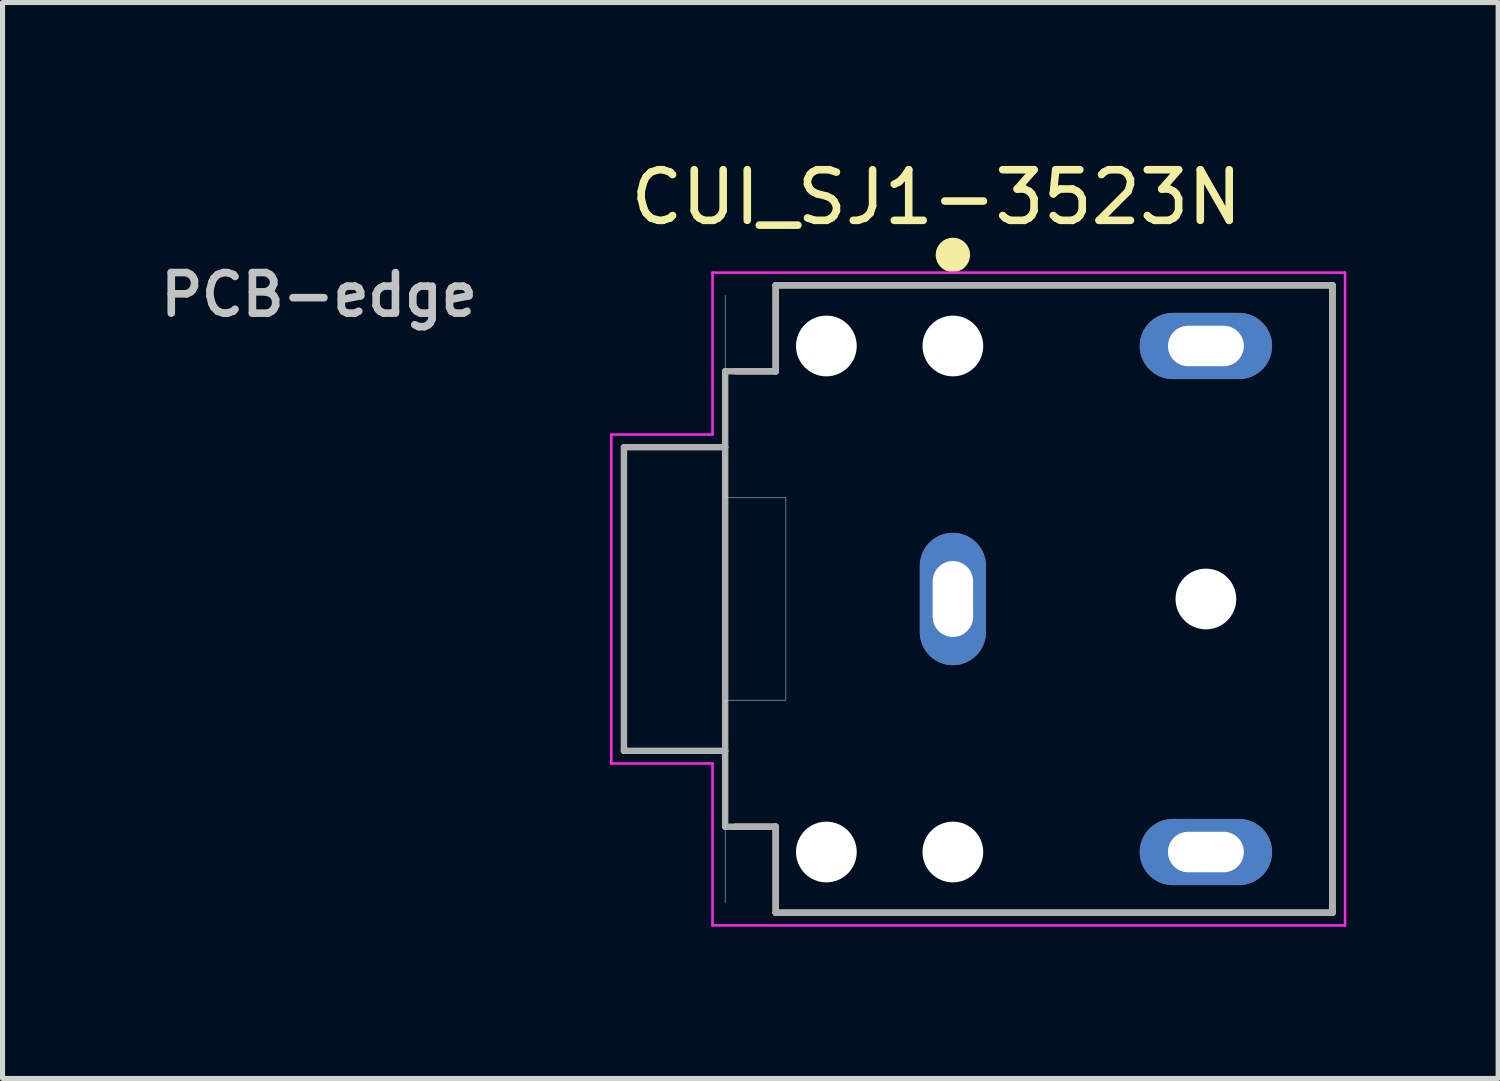
<source format=kicad_pcb>
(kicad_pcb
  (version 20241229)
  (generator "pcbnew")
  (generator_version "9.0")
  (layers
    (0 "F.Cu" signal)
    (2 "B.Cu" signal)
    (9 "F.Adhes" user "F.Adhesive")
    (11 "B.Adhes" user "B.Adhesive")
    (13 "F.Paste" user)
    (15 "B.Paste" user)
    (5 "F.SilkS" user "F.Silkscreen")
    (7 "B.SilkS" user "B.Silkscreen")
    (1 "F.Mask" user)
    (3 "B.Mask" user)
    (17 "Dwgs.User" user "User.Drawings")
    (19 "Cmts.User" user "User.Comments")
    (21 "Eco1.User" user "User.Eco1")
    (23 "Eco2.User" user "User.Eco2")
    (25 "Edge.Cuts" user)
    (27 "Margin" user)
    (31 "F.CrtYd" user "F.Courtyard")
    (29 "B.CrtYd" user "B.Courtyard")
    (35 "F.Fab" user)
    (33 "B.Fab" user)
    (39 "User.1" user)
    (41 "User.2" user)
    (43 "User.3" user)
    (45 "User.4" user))
  (footprint "CUI_SJ1-3523N"
    (layer "F.Cu")
    (at 15.78 8.787)
    (property "Reference" "CUI_SJ1-3523N" (at -0.325 -7.938 0) (layer "F.SilkS") (effects (font (size 1 1) (thickness 0.15))))
    (attr through_hole)
    (fp_line (start -3.5 -6.2) (end -3.5 -4.5) (stroke (width 0.127) (type solid)) (layer "F.SilkS"))
    (fp_line (start -3.5 -4.5) (end -4.3 -4.5) (stroke (width 0.127) (type solid)) (layer "F.SilkS"))
    (fp_line (start -3.5 4.5) (end -4.3 4.5) (stroke (width 0.127) (type solid)) (layer "F.SilkS"))
    (fp_line (start -3.5 4.5) (end -3.5 6.2) (stroke (width 0.127) (type solid)) (layer "F.SilkS"))
    (fp_line (start 7.5 -6.2) (end -3.5 -6.2) (stroke (width 0.127) (type solid)) (layer "F.SilkS"))
    (fp_line (start 7.5 -6.2) (end 7.5 6.2) (stroke (width 0.127) (type solid)) (layer "F.SilkS"))
    (fp_line (start 7.5 6.2) (end -3.5 6.2) (stroke (width 0.127) (type solid)) (layer "F.SilkS"))
    (fp_circle (center 0 -6.8) (end 0.17 -6.8) (stroke (width 0.34) (type solid)) (fill no) (layer "F.SilkS"))
    (fp_line (start -4.5 -6) (end -4.5 -2) (stroke (width 0.01) (type solid)) (layer "Edge.Cuts"))
    (fp_line (start -4.5 -2) (end -3.3 -2) (stroke (width 0.01) (type solid)) (layer "Edge.Cuts"))
    (fp_line (start -4.5 2) (end -4.5 6) (stroke (width 0.01) (type solid)) (layer "Edge.Cuts"))
    (fp_line (start -3.3 -2) (end -3.3 2) (stroke (width 0.01) (type solid)) (layer "Edge.Cuts"))
    (fp_line (start -3.3 2) (end -4.5 2) (stroke (width 0.01) (type solid)) (layer "Edge.Cuts"))
    (fp_line (start -6.75 -3.25) (end -6.75 3.25) (stroke (width 0.05) (type solid)) (layer "F.CrtYd"))
    (fp_line (start -6.75 3.25) (end -4.75 3.25) (stroke (width 0.05) (type solid)) (layer "F.CrtYd"))
    (fp_line (start -4.75 -6.45) (end -4.75 -3.25) (stroke (width 0.05) (type solid)) (layer "F.CrtYd"))
    (fp_line (start -4.75 -6.45) (end 7.75 -6.45) (stroke (width 0.05) (type solid)) (layer "F.CrtYd"))
    (fp_line (start -4.75 -3.25) (end -6.75 -3.25) (stroke (width 0.05) (type solid)) (layer "F.CrtYd"))
    (fp_line (start -4.75 3.25) (end -4.75 6.45) (stroke (width 0.05) (type solid)) (layer "F.CrtYd"))
    (fp_line (start 7.75 -6.45) (end 7.75 6.45) (stroke (width 0.05) (type solid)) (layer "F.CrtYd"))
    (fp_line (start 7.75 6.45) (end -4.75 6.45) (stroke (width 0.05) (type solid)) (layer "F.CrtYd"))
    (fp_line (start -6.5 -3) (end -6.5 3) (stroke (width 0.127) (type solid)) (layer "F.Fab"))
    (fp_line (start -6.5 3) (end -4.5 3) (stroke (width 0.127) (type solid)) (layer "F.Fab"))
    (fp_line (start -4.5 -4.5) (end -4.5 -3) (stroke (width 0.127) (type solid)) (layer "F.Fab"))
    (fp_line (start -4.5 -3) (end -6.5 -3) (stroke (width 0.127) (type solid)) (layer "F.Fab"))
    (fp_line (start -4.5 -3) (end -4.5 3) (stroke (width 0.127) (type solid)) (layer "F.Fab"))
    (fp_line (start -4.5 3) (end -4.5 4.5) (stroke (width 0.127) (type solid)) (layer "F.Fab"))
    (fp_line (start -4.5 4.5) (end -3.5 4.5) (stroke (width 0.127) (type solid)) (layer "F.Fab"))
    (fp_line (start -3.5 -6.2) (end -3.5 -4.5) (stroke (width 0.127) (type solid)) (layer "F.Fab"))
    (fp_line (start -3.5 -4.5) (end -4.5 -4.5) (stroke (width 0.127) (type solid)) (layer "F.Fab"))
    (fp_line (start -3.5 4.5) (end -3.5 6.2) (stroke (width 0.127) (type solid)) (layer "F.Fab"))
    (fp_line (start 7.5 -6.2) (end -3.5 -6.2) (stroke (width 0.127) (type solid)) (layer "F.Fab"))
    (fp_line (start 7.5 -6.2) (end 7.5 6.2) (stroke (width 0.127) (type solid)) (layer "F.Fab"))
    (fp_line (start 7.5 6.2) (end -3.5 6.2) (stroke (width 0.127) (type solid)) (layer "F.Fab"))
    (fp_text user "PCB-edge" (at -12.524 -6.012 0) (layer "Dwgs.User") (effects (font (size 0.802 0.802) (thickness 0.15))))
    (pad "" np_thru_hole circle (at -2.5 -5) (size 1.2 1.2) (drill 1.2) (layers "*.Cu" "*.Mask"))
    (pad "" np_thru_hole circle (at -2.5 5) (size 1.2 1.2) (drill 1.2) (layers "*.Cu" "*.Mask"))
    (pad "" np_thru_hole circle (at 0 -5) (size 1.2 1.2) (drill 1.2) (layers "*.Cu" "*.Mask"))
    (pad "" np_thru_hole circle (at 0 5) (size 1.2 1.2) (drill 1.2) (layers "*.Cu" "*.Mask"))
    (pad "" np_thru_hole circle (at 5 0) (size 1.2 1.2) (drill 1.2) (layers "*.Cu" "*.Mask"))
    (pad "1" thru_hole oval (at 0 0) (size 1.308 2.616) (drill oval 0.8 1.5) (layers "*.Cu" "*.Mask"))
    (pad "2" thru_hole oval (at 5 5) (size 2.616 1.308) (drill oval 1.5 0.8) (layers "*.Cu" "*.Mask"))
    (pad "3" thru_hole oval (at 5 -5) (size 2.616 1.308) (drill oval 1.5 0.8) (layers "*.Cu" "*.Mask")))
  (gr_rect
    (start -3 -3)
    (end 26.555 18.262)
    (stroke (width 0.1) (type default))
    (fill no)
    (layer "Edge.Cuts")))
</source>
